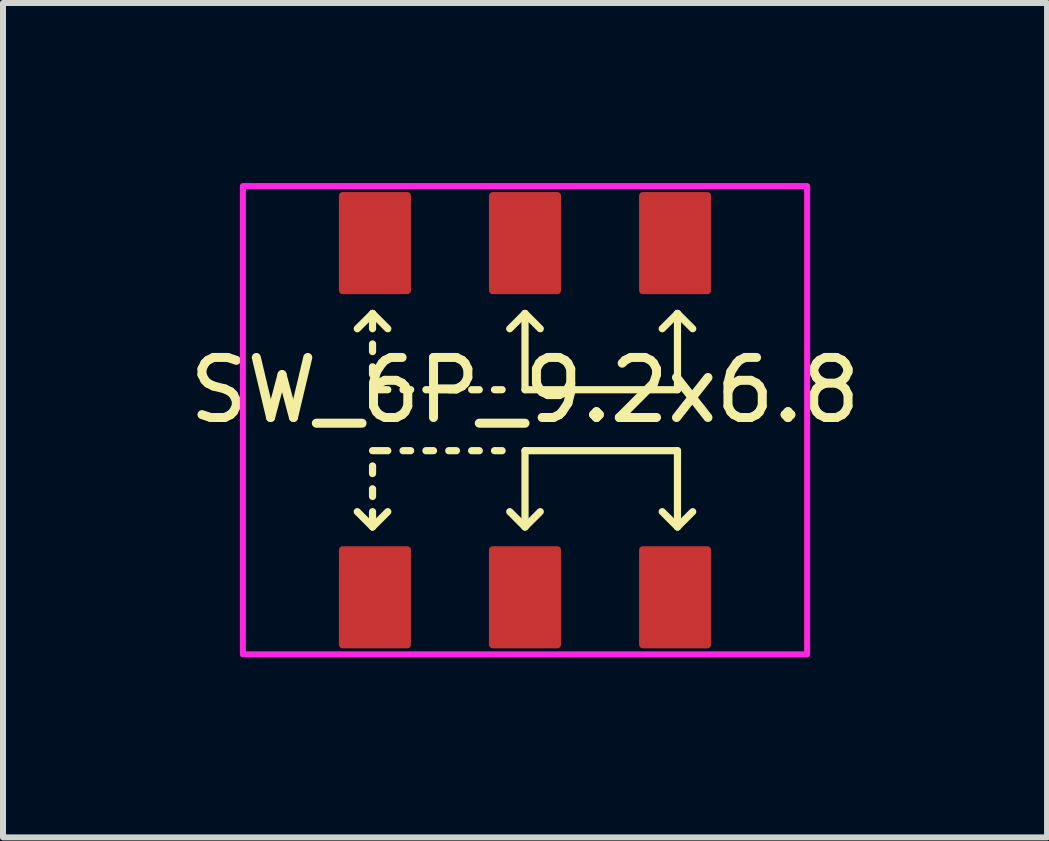
<source format=kicad_pcb>
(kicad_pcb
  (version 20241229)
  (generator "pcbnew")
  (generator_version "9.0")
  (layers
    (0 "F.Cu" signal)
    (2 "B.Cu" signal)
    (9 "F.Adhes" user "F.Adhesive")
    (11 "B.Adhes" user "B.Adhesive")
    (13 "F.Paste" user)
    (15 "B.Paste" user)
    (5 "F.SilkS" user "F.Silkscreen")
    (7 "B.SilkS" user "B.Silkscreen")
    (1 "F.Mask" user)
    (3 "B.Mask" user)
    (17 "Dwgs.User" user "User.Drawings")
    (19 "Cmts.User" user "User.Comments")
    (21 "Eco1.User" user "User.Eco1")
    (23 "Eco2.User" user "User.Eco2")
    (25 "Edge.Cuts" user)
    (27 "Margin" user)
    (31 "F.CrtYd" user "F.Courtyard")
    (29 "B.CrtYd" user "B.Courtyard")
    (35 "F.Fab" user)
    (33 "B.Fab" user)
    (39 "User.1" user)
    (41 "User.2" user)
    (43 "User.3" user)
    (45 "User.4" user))
  (footprint "SW_6P_9.2x6.8"
    (layer "F.Cu")
    (at 5.696 3.95)
    (property "Reference" "SW_6P_9.2x6.8" (at 0 -0.5 0) (unlocked yes) (layer "F.SilkS") (effects (font (size 1 1) (thickness 0.15))))
    (attr smd)
    (fp_line (start -2.54 -1.778) (end -2.794 -1.524) (stroke (width 0.12) (type default)) (layer "F.SilkS"))
    (fp_line (start -2.54 -1.778) (end -2.54 -1.524) (stroke (width 0.12) (type default)) (layer "F.SilkS"))
    (fp_line (start -2.54 -1.778) (end -2.286 -1.524) (stroke (width 0.12) (type default)) (layer "F.SilkS"))
    (fp_line (start -2.54 -1.27) (end -2.54 -1.143) (stroke (width 0.12) (type default)) (layer "F.SilkS"))
    (fp_line (start -2.54 -0.762) (end -2.54 -0.889) (stroke (width 0.12) (type default)) (layer "F.SilkS"))
    (fp_line (start -2.54 0.762) (end -2.54 0.889) (stroke (width 0.12) (type default)) (layer "F.SilkS"))
    (fp_line (start -2.54 1.27) (end -2.54 1.143) (stroke (width 0.12) (type default)) (layer "F.SilkS"))
    (fp_line (start -2.54 1.778) (end -2.794 1.524) (stroke (width 0.12) (type default)) (layer "F.SilkS"))
    (fp_line (start -2.54 1.778) (end -2.54 1.524) (stroke (width 0.12) (type default)) (layer "F.SilkS"))
    (fp_line (start -2.54 1.778) (end -2.286 1.524) (stroke (width 0.12) (type default)) (layer "F.SilkS"))
    (fp_line (start -2.286 -0.508) (end -2.54 -0.508) (stroke (width 0.12) (type default)) (layer "F.SilkS"))
    (fp_line (start -2.286 0.508) (end -2.54 0.508) (stroke (width 0.12) (type default)) (layer "F.SilkS"))
    (fp_line (start -1.905 -0.508) (end -2.032 -0.508) (stroke (width 0.12) (type default)) (layer "F.SilkS"))
    (fp_line (start -1.905 0.508) (end -2.032 0.508) (stroke (width 0.12) (type default)) (layer "F.SilkS"))
    (fp_line (start -1.524 -0.508) (end -1.651 -0.508) (stroke (width 0.12) (type default)) (layer "F.SilkS"))
    (fp_line (start -1.524 0.508) (end -1.651 0.508) (stroke (width 0.12) (type default)) (layer "F.SilkS"))
    (fp_line (start -1.143 -0.508) (end -1.27 -0.508) (stroke (width 0.12) (type default)) (layer "F.SilkS"))
    (fp_line (start -1.143 0.508) (end -1.27 0.508) (stroke (width 0.12) (type default)) (layer "F.SilkS"))
    (fp_line (start -0.762 -0.508) (end -0.889 -0.508) (stroke (width 0.12) (type default)) (layer "F.SilkS"))
    (fp_line (start -0.762 0.508) (end -0.889 0.508) (stroke (width 0.12) (type default)) (layer "F.SilkS"))
    (fp_line (start -0.381 -0.508) (end -0.508 -0.508) (stroke (width 0.12) (type default)) (layer "F.SilkS"))
    (fp_line (start -0.381 0.508) (end -0.508 0.508) (stroke (width 0.12) (type default)) (layer "F.SilkS"))
    (fp_line (start 0 -1.778) (end -0.254 -1.524) (stroke (width 0.12) (type default)) (layer "F.SilkS"))
    (fp_line (start 0 -1.778) (end 0 -0.508) (stroke (width 0.12) (type default)) (layer "F.SilkS"))
    (fp_line (start 0 -1.778) (end 0.254 -1.524) (stroke (width 0.12) (type default)) (layer "F.SilkS"))
    (fp_line (start 0 -0.508) (end 2.54 -0.508) (stroke (width 0.12) (type default)) (layer "F.SilkS"))
    (fp_line (start 0 0.508) (end 2.54 0.508) (stroke (width 0.12) (type default)) (layer "F.SilkS"))
    (fp_line (start 0 1.778) (end -0.254 1.524) (stroke (width 0.12) (type default)) (layer "F.SilkS"))
    (fp_line (start 0 1.778) (end 0 0.508) (stroke (width 0.12) (type default)) (layer "F.SilkS"))
    (fp_line (start 0 1.778) (end 0.254 1.524) (stroke (width 0.12) (type default)) (layer "F.SilkS"))
    (fp_line (start 2.54 -1.778) (end 2.286 -1.524) (stroke (width 0.12) (type default)) (layer "F.SilkS"))
    (fp_line (start 2.54 -1.778) (end 2.794 -1.524) (stroke (width 0.12) (type default)) (layer "F.SilkS"))
    (fp_line (start 2.54 -0.508) (end 2.54 -1.778) (stroke (width 0.12) (type default)) (layer "F.SilkS"))
    (fp_line (start 2.54 0.508) (end 2.54 1.778) (stroke (width 0.12) (type default)) (layer "F.SilkS"))
    (fp_line (start 2.54 1.778) (end 2.286 1.524) (stroke (width 0.12) (type default)) (layer "F.SilkS"))
    (fp_line (start 2.54 1.778) (end 2.794 1.524) (stroke (width 0.12) (type default)) (layer "F.SilkS"))
    (fp_rect (start -4.7 -3.9) (end 4.7 3.9) (stroke (width 0.1) (type default)) (fill no) (layer "F.CrtYd"))
    (pad "1" smd roundrect (at -2.5 -2.95 90) (size 1.7 1.2) (layers "F.Cu" "F.Mask" "F.Paste") (roundrect_rratio 0.05))
    (pad "2" smd roundrect (at 0 -2.95 90) (size 1.7 1.2) (layers "F.Cu" "F.Mask" "F.Paste") (roundrect_rratio 0.05))
    (pad "3" smd roundrect (at 2.5 -2.95 90) (size 1.7 1.2) (layers "F.Cu" "F.Mask" "F.Paste") (roundrect_rratio 0.05))
    (pad "4" smd roundrect (at -2.5 2.95 90) (size 1.7 1.2) (layers "F.Cu" "F.Mask" "F.Paste") (roundrect_rratio 0.05))
    (pad "5" smd roundrect (at 0 2.95 90) (size 1.7 1.2) (layers "F.Cu" "F.Mask" "F.Paste") (roundrect_rratio 0.05))
    (pad "6" smd roundrect (at 2.5 2.95 90) (size 1.7 1.2) (layers "F.Cu" "F.Mask" "F.Paste") (roundrect_rratio 0.05)))
  (gr_rect
    (start -3 -3)
    (end 14.393 10.9)
    (stroke (width 0.1) (type default))
    (fill no)
    (layer "Edge.Cuts")))
</source>
